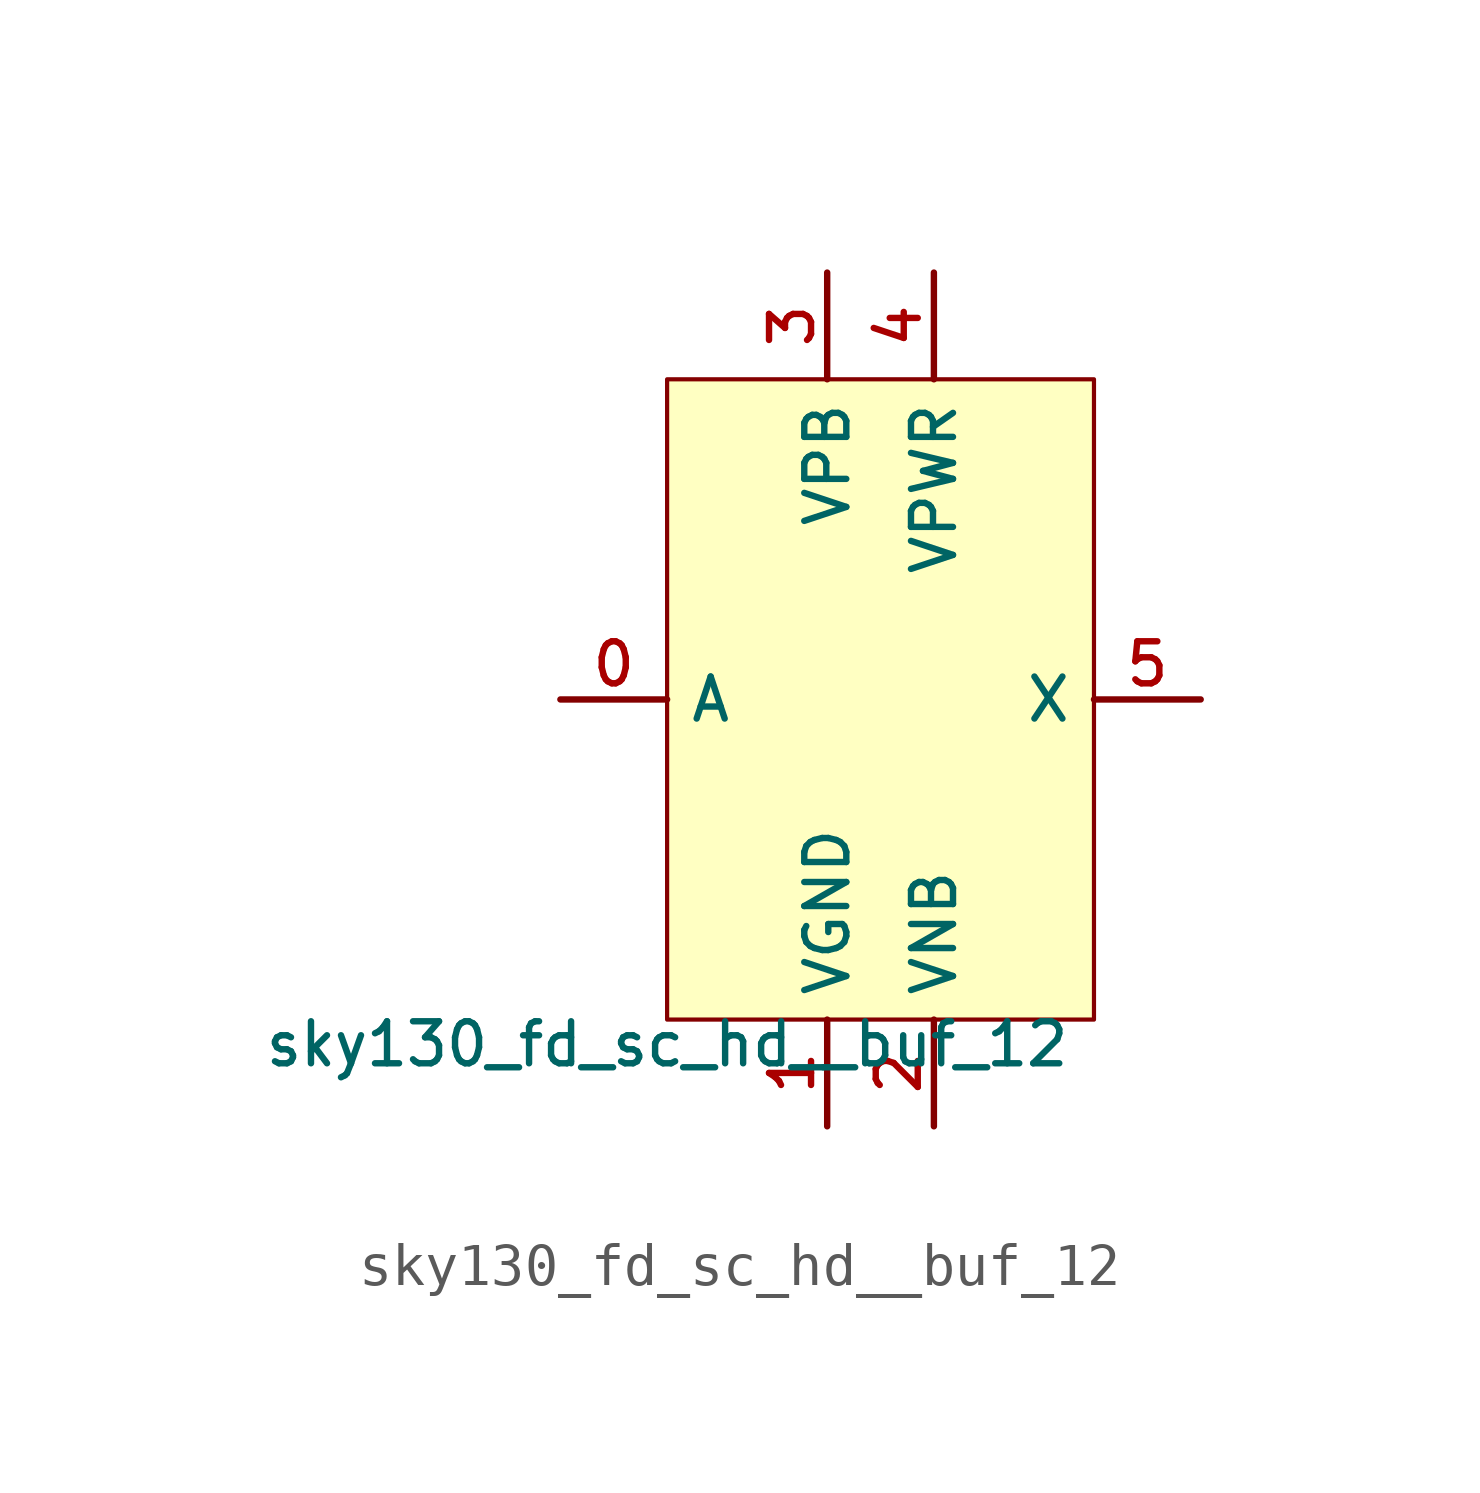
<source format=kicad_sym>
(kicad_symbol_lib
  (version 20211014)
  (generator lef2kicad_sym)
  (symbol "sky130_fd_sc_hd__buf_12"
    (property "Reference" "X"
      (at 0 0 0)
      (effects (font (size 1 1)) hide))
    (property "Value" "sky130_fd_sc_hd__buf_12"
      (at -5.08 -7.62 0)
      (effects (font (size 1 1)) (justify top)))
    (rectangle
      (start -5.08 -7.62)
      (end 5.08 7.62)
      (stroke (width 0.1) (type solid) (color 0 0 0 0))
      (fill (type background)))
    (pin input line
      (at -7.62 0.0 0)
      (length 2.54)
      (name "A" (effects (font (size 1 1)) hide))
      (number "0" (effects (font (size 1 1)) hide)))
    (pin power_in line
      (at -1.27 -10.16 90)
      (length 2.54)
      (name "VGND" (effects (font (size 1 1)) hide))
      (number "1" (effects (font (size 1 1)) hide)))
    (pin power_in line
      (at 1.27 -10.16 90)
      (length 2.54)
      (name "VNB" (effects (font (size 1 1)) hide))
      (number "2" (effects (font (size 1 1)) hide)))
    (pin power_in line
      (at -1.27 10.16 270)
      (length 2.54)
      (name "VPB" (effects (font (size 1 1)) hide))
      (number "3" (effects (font (size 1 1)) hide)))
    (pin power_in line
      (at 1.27 10.16 270)
      (length 2.54)
      (name "VPWR" (effects (font (size 1 1)) hide))
      (number "4" (effects (font (size 1 1)) hide)))
    (pin output line
      (at 7.62 0.0 180)
      (length 2.54)
      (name "X" (effects (font (size 1 1)) hide))
      (number "5" (effects (font (size 1 1)) hide)))))
</source>
